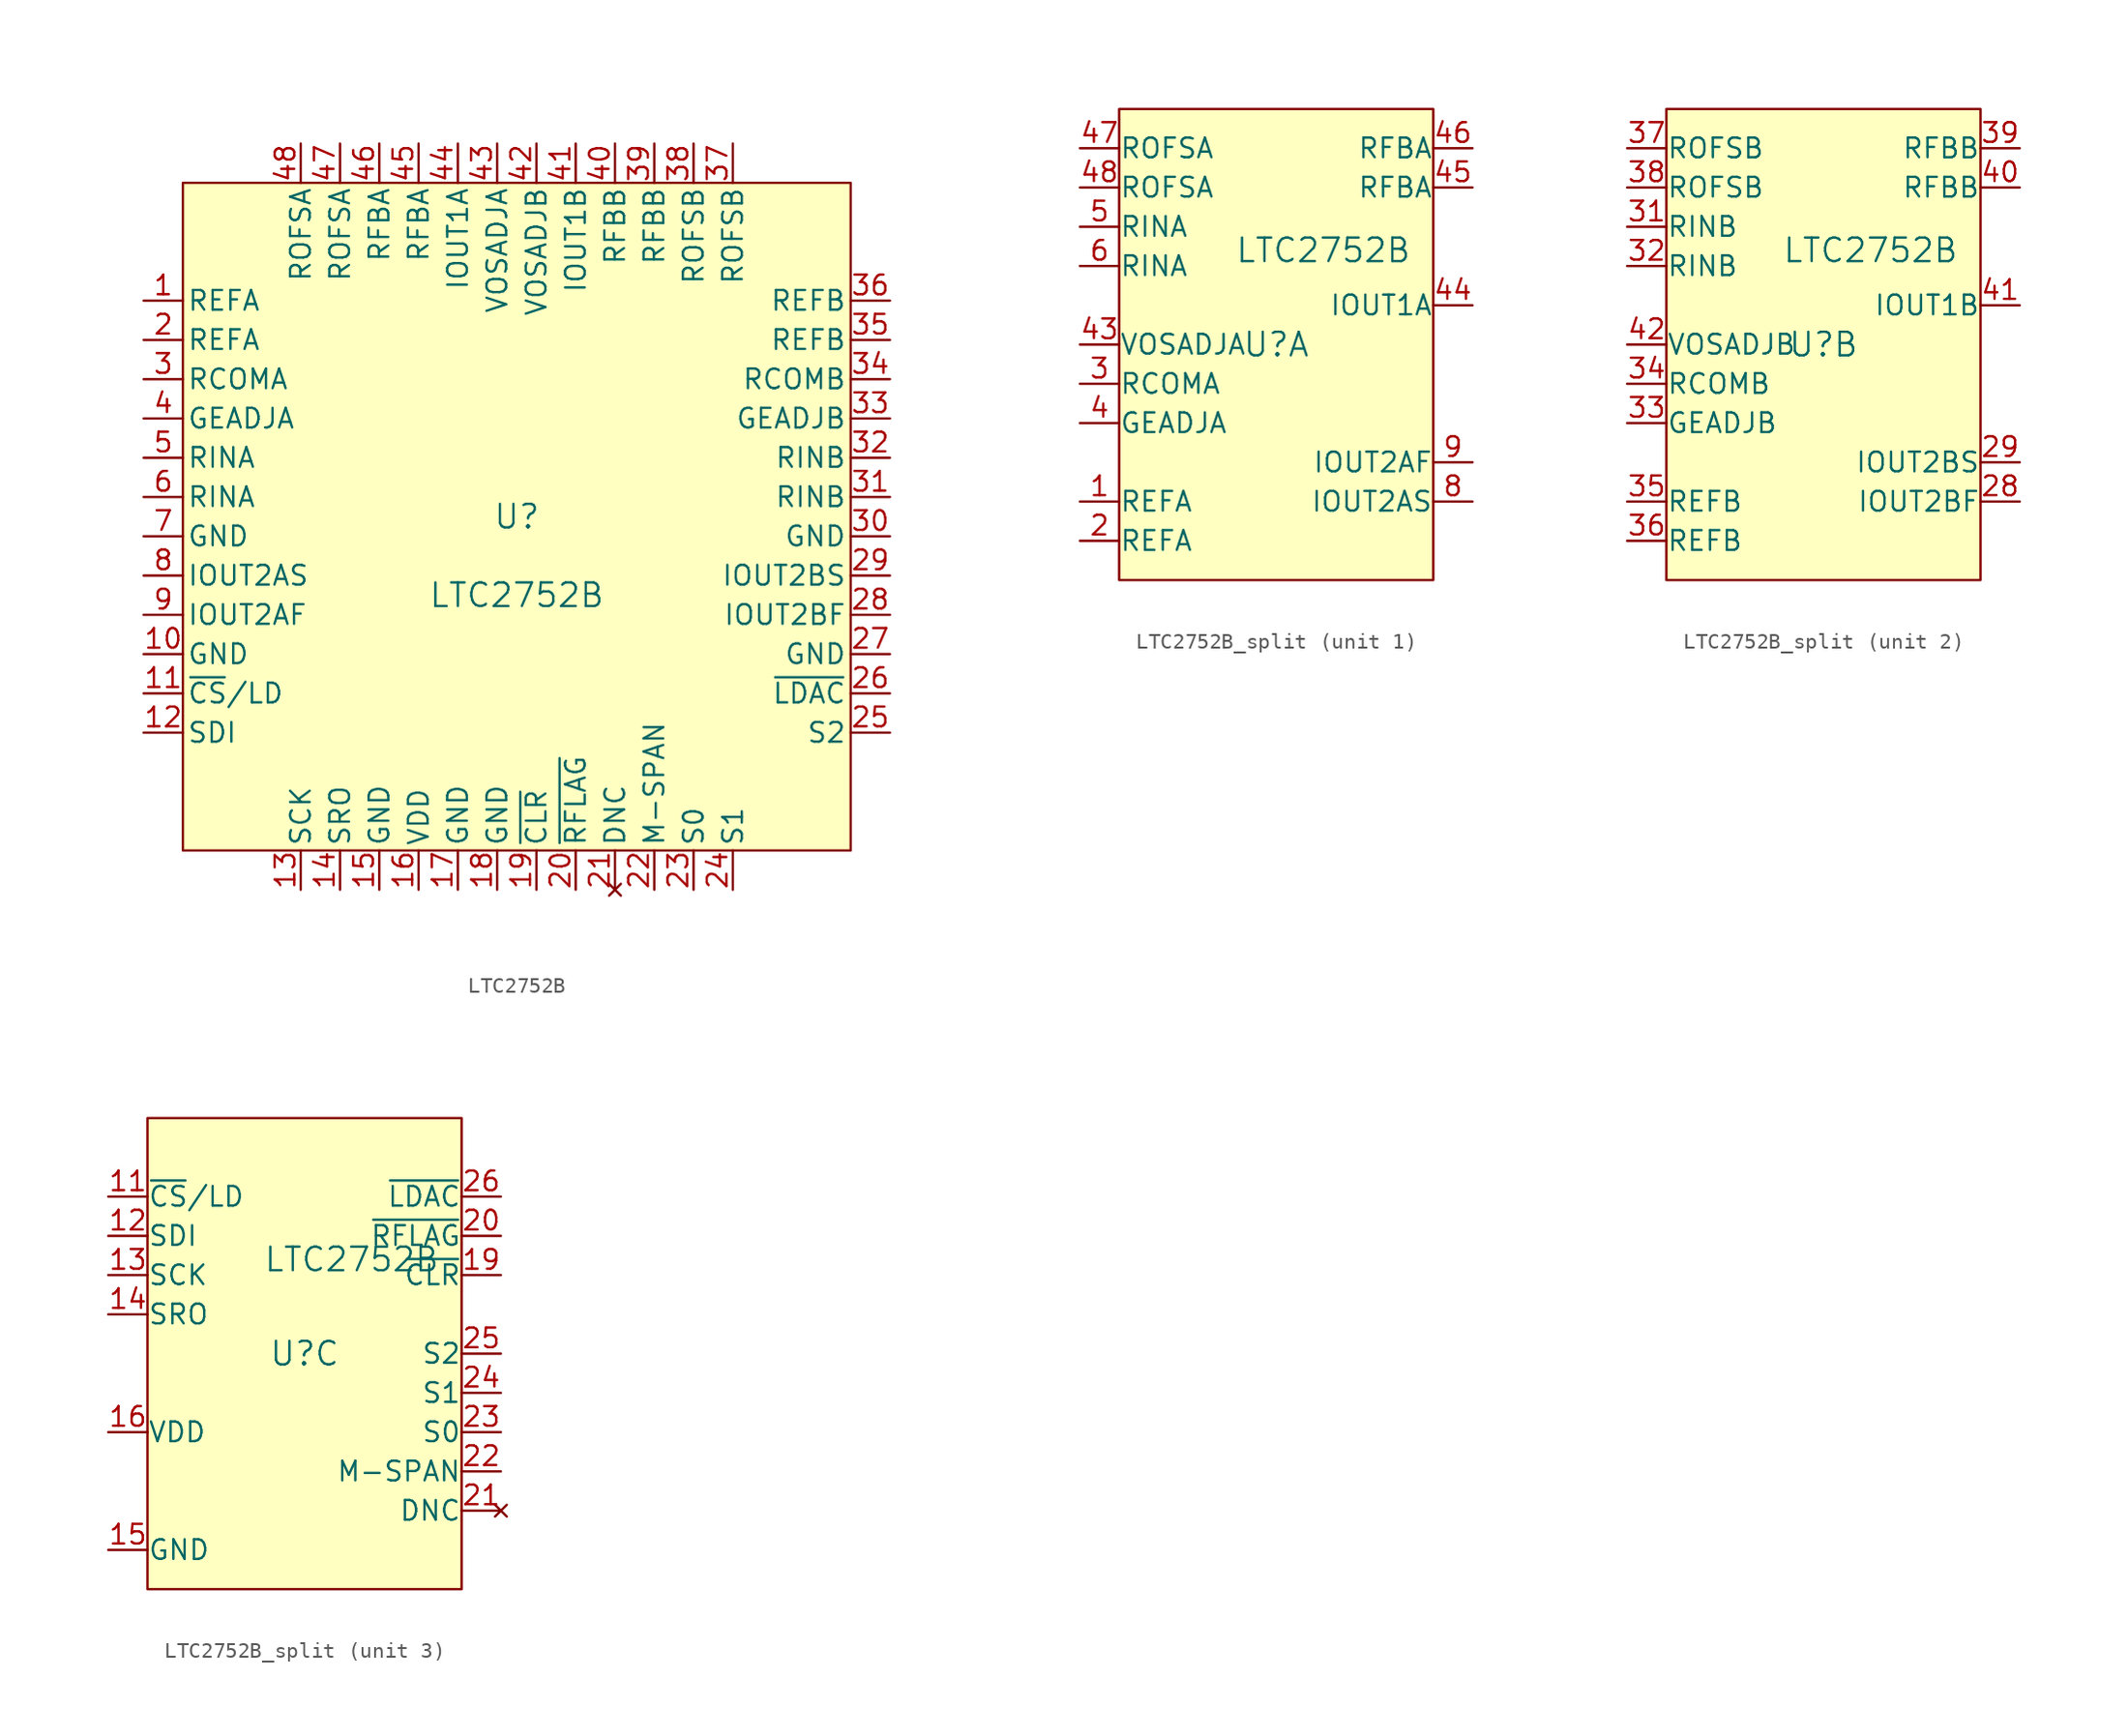
<source format=kicad_sym>
(kicad_symbol_lib
  (version 20241209)
  (generator "kicad_symbol_editor")
  (generator_version "9.0")
  (symbol "LTC2752B"
    (pin_names
      (offset 0.254))
    (property "Reference" "U"
      (at 0 0 0)
      (effects (font (size 1.524 1.524))))
    (property "Value" "LTC2752B"
      (at 0 -5.08 0)
      (effects (font (size 1.524 1.524))))
    (property "ki_locked" ""
      (at 0 0 0)
      (effects (font (size 1.27 1.27))))
    (symbol "LTC2752B_0_1"
      (pin passive line (at -24.13 13.97 0) (length 2.54) (name "REFA" (effects (font (size 1.27 1.27)))) (number "1" (effects (font (size 1.27 1.27)))))
      (pin passive line (at -24.13 11.43 0) (length 2.54) (name "REFA" (effects (font (size 1.27 1.27)))) (number "2" (effects (font (size 1.27 1.27)))))
      (pin passive line (at -24.13 6.35 0) (length 2.54) (name "GEADJA" (effects (font (size 1.27 1.27)))) (number "4" (effects (font (size 1.27 1.27)))))
      (pin input line (at -24.13 3.81 0) (length 2.54) (name "RINA" (effects (font (size 1.27 1.27)))) (number "5" (effects (font (size 1.27 1.27)))))
      (pin input line (at -24.13 1.27 0) (length 2.54) (name "RINA" (effects (font (size 1.27 1.27)))) (number "6" (effects (font (size 1.27 1.27)))))
      (pin power_in line (at -24.13 -1.27 0) (length 2.54) (name "GND" (effects (font (size 1.27 1.27)))) (number "7" (effects (font (size 1.27 1.27)))))
      (pin passive line (at -24.13 -3.81 0) (length 2.54) (name "IOUT2AS" (effects (font (size 1.27 1.27)))) (number "8" (effects (font (size 1.27 1.27)))))
      (pin passive line (at -24.13 -6.35 0) (length 2.54) (name "IOUT2AF" (effects (font (size 1.27 1.27)))) (number "9" (effects (font (size 1.27 1.27)))))
      (pin power_in line (at -24.13 -8.89 0) (length 2.54) (name "GND" (effects (font (size 1.27 1.27)))) (number "10" (effects (font (size 1.27 1.27)))))
      (pin input line (at -24.13 -11.43 0) (length 2.54) (name "~{CS}/LD" (effects (font (size 1.27 1.27)))) (number "11" (effects (font (size 1.27 1.27)))))
      (pin input line (at -24.13 -13.97 0) (length 2.54) (name "SDI" (effects (font (size 1.27 1.27)))) (number "12" (effects (font (size 1.27 1.27)))))
      (pin passive line (at -13.97 24.13 270) (length 2.54) (name "ROFSA" (effects (font (size 1.27 1.27)))) (number "48" (effects (font (size 1.27 1.27)))))
      (pin input line (at -13.97 -24.13 90) (length 2.54) (name "SCK" (effects (font (size 1.27 1.27)))) (number "13" (effects (font (size 1.27 1.27)))))
      (pin passive line (at -11.43 24.13 270) (length 2.54) (name "ROFSA" (effects (font (size 1.27 1.27)))) (number "47" (effects (font (size 1.27 1.27)))))
      (pin output line (at -11.43 -24.13 90) (length 2.54) (name "SRO" (effects (font (size 1.27 1.27)))) (number "14" (effects (font (size 1.27 1.27)))))
      (pin passive line (at -8.89 24.13 270) (length 2.54) (name "RFBA" (effects (font (size 1.27 1.27)))) (number "46" (effects (font (size 1.27 1.27)))))
      (pin power_in line (at -8.89 -24.13 90) (length 2.54) (name "GND" (effects (font (size 1.27 1.27)))) (number "15" (effects (font (size 1.27 1.27)))))
      (pin passive line (at -6.35 24.13 270) (length 2.54) (name "RFBA" (effects (font (size 1.27 1.27)))) (number "45" (effects (font (size 1.27 1.27)))))
      (pin power_in line (at -6.35 -24.13 90) (length 2.54) (name "VDD" (effects (font (size 1.27 1.27)))) (number "16" (effects (font (size 1.27 1.27)))))
      (pin passive line (at -3.81 24.13 270) (length 2.54) (name "IOUT1A" (effects (font (size 1.27 1.27)))) (number "44" (effects (font (size 1.27 1.27)))))
      (pin power_in line (at -3.81 -24.13 90) (length 2.54) (name "GND" (effects (font (size 1.27 1.27)))) (number "17" (effects (font (size 1.27 1.27)))))
      (pin passive line (at -1.27 24.13 270) (length 2.54) (name "VOSADJA" (effects (font (size 1.27 1.27)))) (number "43" (effects (font (size 1.27 1.27)))))
      (pin power_in line (at -1.27 -24.13 90) (length 2.54) (name "GND" (effects (font (size 1.27 1.27)))) (number "18" (effects (font (size 1.27 1.27)))))
      (pin passive line (at 1.27 24.13 270) (length 2.54) (name "VOSADJB" (effects (font (size 1.27 1.27)))) (number "42" (effects (font (size 1.27 1.27)))))
      (pin input line (at 1.27 -24.13 90) (length 2.54) (name "~{CLR}" (effects (font (size 1.27 1.27)))) (number "19" (effects (font (size 1.27 1.27)))))
      (pin passive line (at 3.81 24.13 270) (length 2.54) (name "IOUT1B" (effects (font (size 1.27 1.27)))) (number "41" (effects (font (size 1.27 1.27)))))
      (pin output line (at 3.81 -24.13 90) (length 2.54) (name "~{RFLAG}" (effects (font (size 1.27 1.27)))) (number "20" (effects (font (size 1.27 1.27)))))
      (pin passive line (at 6.35 24.13 270) (length 2.54) (name "RFBB" (effects (font (size 1.27 1.27)))) (number "40" (effects (font (size 1.27 1.27)))))
      (pin no_connect line (at 6.35 -24.13 90) (length 2.54) (name "DNC" (effects (font (size 1.27 1.27)))) (number "21" (effects (font (size 1.27 1.27)))))
      (pin passive line (at 8.89 24.13 270) (length 2.54) (name "RFBB" (effects (font (size 1.27 1.27)))) (number "39" (effects (font (size 1.27 1.27)))))
      (pin passive line (at 11.43 24.13 270) (length 2.54) (name "ROFSB" (effects (font (size 1.27 1.27)))) (number "38" (effects (font (size 1.27 1.27)))))
      (pin input line (at 11.43 -24.13 90) (length 2.54) (name "S0" (effects (font (size 1.27 1.27)))) (number "23" (effects (font (size 1.27 1.27)))))
      (pin passive line (at 13.97 24.13 270) (length 2.54) (name "ROFSB" (effects (font (size 1.27 1.27)))) (number "37" (effects (font (size 1.27 1.27)))))
      (pin input line (at 13.97 -24.13 90) (length 2.54) (name "S1" (effects (font (size 1.27 1.27)))) (number "24" (effects (font (size 1.27 1.27)))))
      (pin input line (at 24.13 3.81 180) (length 2.54) (name "RINB" (effects (font (size 1.27 1.27)))) (number "32" (effects (font (size 1.27 1.27)))))
      (pin power_in line (at 24.13 -1.27 180) (length 2.54) (name "GND" (effects (font (size 1.27 1.27)))) (number "30" (effects (font (size 1.27 1.27)))))
      (pin passive line (at 24.13 -3.81 180) (length 2.54) (name "IOUT2BS" (effects (font (size 1.27 1.27)))) (number "29" (effects (font (size 1.27 1.27)))))
      (pin passive line (at 24.13 -6.35 180) (length 2.54) (name "IOUT2BF" (effects (font (size 1.27 1.27)))) (number "28" (effects (font (size 1.27 1.27)))))
      (pin power_in line (at 24.13 -8.89 180) (length 2.54) (name "GND" (effects (font (size 1.27 1.27)))) (number "27" (effects (font (size 1.27 1.27)))))
      (pin input line (at 24.13 -13.97 180) (length 2.54) (name "S2" (effects (font (size 1.27 1.27)))) (number "25" (effects (font (size 1.27 1.27))))))
    (symbol "LTC2752B_1_1"
      (rectangle (start -21.59 21.59) (end 21.59 -21.59) (stroke (width 0) (type default)) (fill (type background)))
      (pin passive line (at -24.13 8.89 0) (length 2.54) (name "RCOMA" (effects (font (size 1.27 1.27)))) (number "3" (effects (font (size 1.27 1.27)))))
      (pin input line (at 8.89 -24.13 90) (length 2.54) (name "M-SPAN" (effects (font (size 1.27 1.27)))) (number "22" (effects (font (size 1.27 1.27)))))
      (pin passive line (at 24.13 13.97 180) (length 2.54) (name "REFB" (effects (font (size 1.27 1.27)))) (number "36" (effects (font (size 1.27 1.27)))))
      (pin passive line (at 24.13 11.43 180) (length 2.54) (name "REFB" (effects (font (size 1.27 1.27)))) (number "35" (effects (font (size 1.27 1.27)))))
      (pin passive line (at 24.13 8.89 180) (length 2.54) (name "RCOMB" (effects (font (size 1.27 1.27)))) (number "34" (effects (font (size 1.27 1.27)))))
      (pin passive line (at 24.13 6.35 180) (length 2.54) (name "GEADJB" (effects (font (size 1.27 1.27)))) (number "33" (effects (font (size 1.27 1.27)))))
      (pin input line (at 24.13 1.27 180) (length 2.54) (name "RINB" (effects (font (size 1.27 1.27)))) (number "31" (effects (font (size 1.27 1.27)))))
      (pin input line (at 24.13 -11.43 180) (length 2.54) (name "~{LDAC}" (effects (font (size 1.27 1.27)))) (number "26" (effects (font (size 1.27 1.27)))))))
  (symbol "LTC2752B_split"
    (pin_names
      (offset 0.002))
    (property "Reference" "U"
      (at 0 0 0)
      (effects (font (size 1.524 1.524))))
    (property "Value" "LTC2752B"
      (at 3.048 6.096 0)
      (effects (font (size 1.524 1.524))))
    (property "ki_locked" ""
      (at 0 0 0)
      (effects (font (size 1.27 1.27))))
    (symbol "LTC2752B_split_0_1"
      (rectangle (start -10.16 15.24) (end 10.16 -15.24) (stroke (width 0) (type default)) (fill (type background))))
    (symbol "LTC2752B_split_1_1"
      (pin passive line (at -12.7 12.7 0) (length 2.54) (name "ROFSA" (effects (font (size 1.27 1.27)))) (number "47" (effects (font (size 1.27 1.27)))))
      (pin passive line (at -12.7 10.16 0) (length 2.54) (name "ROFSA" (effects (font (size 1.27 1.27)))) (number "48" (effects (font (size 1.27 1.27)))))
      (pin input line (at -12.7 7.62 0) (length 2.54) (name "RINA" (effects (font (size 1.27 1.27)))) (number "5" (effects (font (size 1.27 1.27)))))
      (pin input line (at -12.7 5.08 0) (length 2.54) (name "RINA" (effects (font (size 1.27 1.27)))) (number "6" (effects (font (size 1.27 1.27)))))
      (pin passive line (at -12.7 0 0) (length 2.54) (name "VOSADJA" (effects (font (size 1.27 1.27)))) (number "43" (effects (font (size 1.27 1.27)))))
      (pin passive line (at -12.7 -2.54 0) (length 2.54) (name "RCOMA" (effects (font (size 1.27 1.27)))) (number "3" (effects (font (size 1.27 1.27)))))
      (pin passive line (at -12.7 -5.08 0) (length 2.54) (name "GEADJA" (effects (font (size 1.27 1.27)))) (number "4" (effects (font (size 1.27 1.27)))))
      (pin passive line (at -12.7 -10.16 0) (length 2.54) (name "REFA" (effects (font (size 1.27 1.27)))) (number "1" (effects (font (size 1.27 1.27)))))
      (pin passive line (at -12.7 -12.7 0) (length 2.54) (name "REFA" (effects (font (size 1.27 1.27)))) (number "2" (effects (font (size 1.27 1.27)))))
      (pin passive line (at 12.7 12.7 180) (length 2.54) (name "RFBA" (effects (font (size 1.27 1.27)))) (number "46" (effects (font (size 1.27 1.27)))))
      (pin passive line (at 12.7 10.16 180) (length 2.54) (name "RFBA" (effects (font (size 1.27 1.27)))) (number "45" (effects (font (size 1.27 1.27)))))
      (pin passive line (at 12.7 2.54 180) (length 2.54) (name "IOUT1A" (effects (font (size 1.27 1.27)))) (number "44" (effects (font (size 1.27 1.27)))))
      (pin passive line (at 12.7 -7.62 180) (length 2.54) (name "IOUT2AF" (effects (font (size 1.27 1.27)))) (number "9" (effects (font (size 1.27 1.27)))))
      (pin passive line (at 12.7 -10.16 180) (length 2.54) (name "IOUT2AS" (effects (font (size 1.27 1.27)))) (number "8" (effects (font (size 1.27 1.27))))))
    (symbol "LTC2752B_split_2_1"
      (pin passive line (at -12.7 12.7 0) (length 2.54) (name "ROFSB" (effects (font (size 1.27 1.27)))) (number "37" (effects (font (size 1.27 1.27)))))
      (pin passive line (at -12.7 10.16 0) (length 2.54) (name "ROFSB" (effects (font (size 1.27 1.27)))) (number "38" (effects (font (size 1.27 1.27)))))
      (pin input line (at -12.7 7.62 0) (length 2.54) (name "RINB" (effects (font (size 1.27 1.27)))) (number "31" (effects (font (size 1.27 1.27)))))
      (pin input line (at -12.7 5.08 0) (length 2.54) (name "RINB" (effects (font (size 1.27 1.27)))) (number "32" (effects (font (size 1.27 1.27)))))
      (pin passive line (at -12.7 0 0) (length 2.54) (name "VOSADJB" (effects (font (size 1.27 1.27)))) (number "42" (effects (font (size 1.27 1.27)))))
      (pin passive line (at -12.7 -2.54 0) (length 2.54) (name "RCOMB" (effects (font (size 1.27 1.27)))) (number "34" (effects (font (size 1.27 1.27)))))
      (pin passive line (at -12.7 -5.08 0) (length 2.54) (name "GEADJB" (effects (font (size 1.27 1.27)))) (number "33" (effects (font (size 1.27 1.27)))))
      (pin passive line (at -12.7 -10.16 0) (length 2.54) (name "REFB" (effects (font (size 1.27 1.27)))) (number "35" (effects (font (size 1.27 1.27)))))
      (pin passive line (at -12.7 -12.7 0) (length 2.54) (name "REFB" (effects (font (size 1.27 1.27)))) (number "36" (effects (font (size 1.27 1.27)))))
      (pin passive line (at 12.7 12.7 180) (length 2.54) (name "RFBB" (effects (font (size 1.27 1.27)))) (number "39" (effects (font (size 1.27 1.27)))))
      (pin passive line (at 12.7 10.16 180) (length 2.54) (name "RFBB" (effects (font (size 1.27 1.27)))) (number "40" (effects (font (size 1.27 1.27)))))
      (pin passive line (at 12.7 2.54 180) (length 2.54) (name "IOUT1B" (effects (font (size 1.27 1.27)))) (number "41" (effects (font (size 1.27 1.27)))))
      (pin passive line (at 12.7 -7.62 180) (length 2.54) (name "IOUT2BS" (effects (font (size 1.27 1.27)))) (number "29" (effects (font (size 1.27 1.27)))))
      (pin passive line (at 12.7 -10.16 180) (length 2.54) (name "IOUT2BF" (effects (font (size 1.27 1.27)))) (number "28" (effects (font (size 1.27 1.27))))))
    (symbol "LTC2752B_split_3_1"
      (pin input line (at -12.7 10.16 0) (length 2.54) (name "~{CS}/LD" (effects (font (size 1.27 1.27)))) (number "11" (effects (font (size 1.27 1.27)))))
      (pin input line (at -12.7 7.62 0) (length 2.54) (name "SDI" (effects (font (size 1.27 1.27)))) (number "12" (effects (font (size 1.27 1.27)))))
      (pin input line (at -12.7 5.08 0) (length 2.54) (name "SCK" (effects (font (size 1.27 1.27)))) (number "13" (effects (font (size 1.27 1.27)))))
      (pin tri_state line (at -12.7 2.54 0) (length 2.54) (name "SRO" (effects (font (size 1.27 1.27)))) (number "14" (effects (font (size 1.27 1.27)))))
      (pin power_in line (at -12.7 -5.08 0) (length 2.54) (name "VDD" (effects (font (size 1.27 1.27)))) (number "16" (effects (font (size 1.27 1.27)))))
      (pin passive line (at -12.7 -12.7 0) (length 2.54) (hide yes) (name "GND" (effects (font (size 1.27 1.27)))) (number "10" (effects (font (size 1.27 1.27)))))
      (pin power_in line (at -12.7 -12.7 0) (length 2.54) (name "GND" (effects (font (size 1.27 1.27)))) (number "15" (effects (font (size 1.27 1.27)))))
      (pin passive line (at -12.7 -12.7 0) (length 2.54) (hide yes) (name "GND" (effects (font (size 1.27 1.27)))) (number "17" (effects (font (size 1.27 1.27)))))
      (pin passive line (at -12.7 -12.7 0) (length 2.54) (hide yes) (name "GND" (effects (font (size 1.27 1.27)))) (number "18" (effects (font (size 1.27 1.27)))))
      (pin passive line (at -12.7 -12.7 0) (length 2.54) (hide yes) (name "GND" (effects (font (size 1.27 1.27)))) (number "27" (effects (font (size 1.27 1.27)))))
      (pin passive line (at -12.7 -12.7 0) (length 2.54) (hide yes) (name "GND" (effects (font (size 1.27 1.27)))) (number "30" (effects (font (size 1.27 1.27)))))
      (pin passive line (at -12.7 -12.7 0) (length 2.54) (hide yes) (name "GND" (effects (font (size 1.27 1.27)))) (number "7" (effects (font (size 1.27 1.27)))))
      (pin input line (at 12.7 10.16 180) (length 2.54) (name "~{LDAC}" (effects (font (size 1.27 1.27)))) (number "26" (effects (font (size 1.27 1.27)))))
      (pin output line (at 12.7 7.62 180) (length 2.54) (name "~{RFLAG}" (effects (font (size 1.27 1.27)))) (number "20" (effects (font (size 1.27 1.27)))))
      (pin input line (at 12.7 5.08 180) (length 2.54) (name "~{CLR}" (effects (font (size 1.27 1.27)))) (number "19" (effects (font (size 1.27 1.27)))))
      (pin input line (at 12.7 0 180) (length 2.54) (name "S2" (effects (font (size 1.27 1.27)))) (number "25" (effects (font (size 1.27 1.27)))))
      (pin input line (at 12.7 -2.54 180) (length 2.54) (name "S1" (effects (font (size 1.27 1.27)))) (number "24" (effects (font (size 1.27 1.27)))))
      (pin input line (at 12.7 -5.08 180) (length 2.54) (name "S0" (effects (font (size 1.27 1.27)))) (number "23" (effects (font (size 1.27 1.27)))))
      (pin input line (at 12.7 -7.62 180) (length 2.54) (name "M-SPAN" (effects (font (size 1.27 1.27)))) (number "22" (effects (font (size 1.27 1.27)))))
      (pin no_connect line (at 12.7 -10.16 180) (length 2.54) (name "DNC" (effects (font (size 1.27 1.27)))) (number "21" (effects (font (size 1.27 1.27))))))))
</source>
